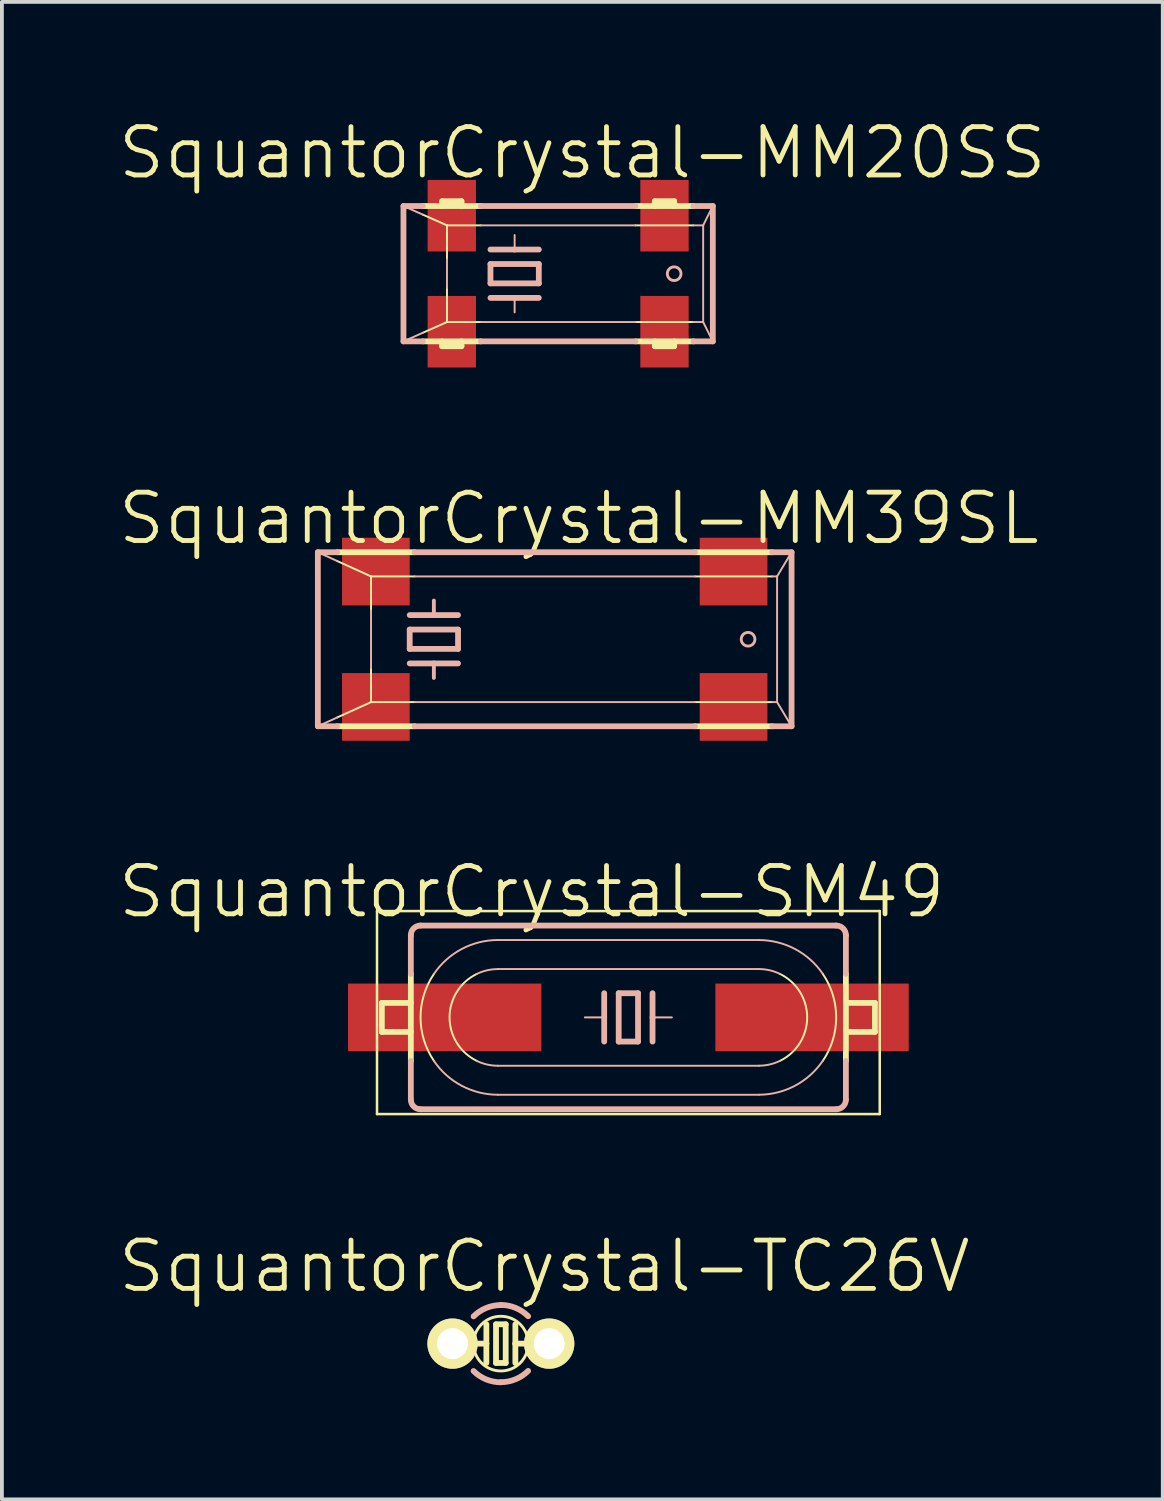
<source format=kicad_pcb>
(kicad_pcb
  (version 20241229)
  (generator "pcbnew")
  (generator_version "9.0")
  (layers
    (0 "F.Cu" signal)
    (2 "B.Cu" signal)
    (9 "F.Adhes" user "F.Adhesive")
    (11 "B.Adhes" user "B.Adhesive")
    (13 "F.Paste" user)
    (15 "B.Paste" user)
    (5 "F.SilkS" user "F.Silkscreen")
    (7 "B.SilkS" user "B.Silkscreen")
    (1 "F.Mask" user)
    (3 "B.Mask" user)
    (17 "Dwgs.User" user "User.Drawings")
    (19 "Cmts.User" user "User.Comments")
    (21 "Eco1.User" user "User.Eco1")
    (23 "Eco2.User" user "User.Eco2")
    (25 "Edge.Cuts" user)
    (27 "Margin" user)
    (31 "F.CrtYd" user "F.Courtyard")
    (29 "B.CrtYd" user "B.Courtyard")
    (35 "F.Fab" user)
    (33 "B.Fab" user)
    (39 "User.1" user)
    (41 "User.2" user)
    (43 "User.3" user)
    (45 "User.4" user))
  (footprint "SquantorCrystal-MM39SL"
    (layer "F.Cu")
    (at 11.524 13.745)
    (property "Reference" "SquantorCrystal-MM39SL" (at 0.635 -3.175 0) (layer "F.SilkS") (effects (font (size 1.27 1.27) (thickness 0.127))))
    (attr smd)
    (fp_line (start -5.715 -2.286) (end -3.683 -2.286) (stroke (width 0.152) (type solid)) (layer "F.SilkS"))
    (fp_line (start -5.715 2.286) (end -3.683 2.286) (stroke (width 0.152) (type solid)) (layer "F.SilkS"))
    (fp_line (start -4.826 -1.651) (end -5.715 -2.055) (stroke (width 0.051) (type solid)) (layer "F.SilkS"))
    (fp_line (start -4.826 -1.651) (end -4.826 -0.762) (stroke (width 0.051) (type solid)) (layer "F.SilkS"))
    (fp_line (start -4.826 0.762) (end -4.826 1.651) (stroke (width 0.051) (type solid)) (layer "F.SilkS"))
    (fp_line (start -4.826 1.651) (end -5.715 2.055) (stroke (width 0.051) (type solid)) (layer "F.SilkS"))
    (fp_line (start -4.826 1.651) (end -3.683 1.651) (stroke (width 0.051) (type solid)) (layer "F.SilkS"))
    (fp_line (start -3.683 -1.651) (end -4.826 -1.651) (stroke (width 0.051) (type solid)) (layer "F.SilkS"))
    (fp_line (start 3.683 -2.286) (end 5.715 -2.286) (stroke (width 0.152) (type solid)) (layer "F.SilkS"))
    (fp_line (start 3.683 1.651) (end 5.715 1.651) (stroke (width 0.051) (type solid)) (layer "F.SilkS"))
    (fp_line (start 3.683 2.286) (end 5.715 2.286) (stroke (width 0.152) (type solid)) (layer "F.SilkS"))
    (fp_line (start 5.715 -1.651) (end 3.683 -1.651) (stroke (width 0.051) (type solid)) (layer "F.SilkS"))
    (fp_line (start -6.223 -2.286) (end -5.715 -2.286) (stroke (width 0.152) (type solid)) (layer "B.SilkS"))
    (fp_line (start -6.223 2.286) (end -6.223 -2.286) (stroke (width 0.152) (type solid)) (layer "B.SilkS"))
    (fp_line (start -6.223 2.286) (end -5.715 2.286) (stroke (width 0.152) (type solid)) (layer "B.SilkS"))
    (fp_line (start -5.715 -2.055) (end -6.223 -2.286) (stroke (width 0.051) (type solid)) (layer "B.SilkS"))
    (fp_line (start -5.715 2.055) (end -6.223 2.286) (stroke (width 0.051) (type solid)) (layer "B.SilkS"))
    (fp_line (start -4.826 -0.762) (end -4.826 0.762) (stroke (width 0.051) (type solid)) (layer "B.SilkS"))
    (fp_line (start -3.81 -0.635) (end -3.175 -0.635) (stroke (width 0.152) (type solid)) (layer "B.SilkS"))
    (fp_line (start -3.81 -0.254) (end -3.81 0.254) (stroke (width 0.152) (type solid)) (layer "B.SilkS"))
    (fp_line (start -3.81 0.254) (end -2.54 0.254) (stroke (width 0.152) (type solid)) (layer "B.SilkS"))
    (fp_line (start -3.81 0.635) (end -3.175 0.635) (stroke (width 0.152) (type solid)) (layer "B.SilkS"))
    (fp_line (start -3.683 -2.286) (end 3.683 -2.286) (stroke (width 0.152) (type solid)) (layer "B.SilkS"))
    (fp_line (start -3.683 1.651) (end 3.683 1.651) (stroke (width 0.051) (type solid)) (layer "B.SilkS"))
    (fp_line (start -3.683 2.286) (end 3.683 2.286) (stroke (width 0.152) (type solid)) (layer "B.SilkS"))
    (fp_line (start -3.175 -0.635) (end -3.175 -1.016) (stroke (width 0.102) (type solid)) (layer "B.SilkS"))
    (fp_line (start -3.175 -0.635) (end -2.54 -0.635) (stroke (width 0.152) (type solid)) (layer "B.SilkS"))
    (fp_line (start -3.175 0.635) (end -3.175 1.016) (stroke (width 0.102) (type solid)) (layer "B.SilkS"))
    (fp_line (start -3.175 0.635) (end -2.54 0.635) (stroke (width 0.152) (type solid)) (layer "B.SilkS"))
    (fp_line (start -2.54 -0.254) (end -3.81 -0.254) (stroke (width 0.152) (type solid)) (layer "B.SilkS"))
    (fp_line (start -2.54 0.254) (end -2.54 -0.254) (stroke (width 0.152) (type solid)) (layer "B.SilkS"))
    (fp_line (start 3.683 -1.651) (end -3.683 -1.651) (stroke (width 0.051) (type solid)) (layer "B.SilkS"))
    (fp_line (start 5.715 -2.286) (end 6.223 -2.286) (stroke (width 0.152) (type solid)) (layer "B.SilkS"))
    (fp_line (start 5.715 1.651) (end 5.842 1.651) (stroke (width 0.051) (type solid)) (layer "B.SilkS"))
    (fp_line (start 5.715 2.286) (end 6.223 2.286) (stroke (width 0.152) (type solid)) (layer "B.SilkS"))
    (fp_line (start 5.842 -1.651) (end 5.715 -1.651) (stroke (width 0.051) (type solid)) (layer "B.SilkS"))
    (fp_line (start 5.842 -1.651) (end 6.223 -2.286) (stroke (width 0.051) (type solid)) (layer "B.SilkS"))
    (fp_line (start 5.842 1.651) (end 5.842 -1.651) (stroke (width 0.051) (type solid)) (layer "B.SilkS"))
    (fp_line (start 5.842 1.651) (end 6.223 2.286) (stroke (width 0.051) (type solid)) (layer "B.SilkS"))
    (fp_line (start 6.223 2.286) (end 6.223 -2.286) (stroke (width 0.152) (type solid)) (layer "B.SilkS"))
    (fp_circle (center 5.08 0) (end 5.207 0.127) (stroke (width 0.076) (type solid)) (fill no) (layer "B.SilkS"))
    (pad "1" smd rect (at -4.699 1.778) (size 1.778 1.778) (layers "F.Cu" "F.Mask" "F.Paste"))
    (pad "2" smd rect (at 4.699 1.778) (size 1.778 1.778) (layers "F.Cu" "F.Mask" "F.Paste"))
    (pad "3" smd rect (at 4.699 -1.778) (size 1.778 1.778) (layers "F.Cu" "F.Mask" "F.Paste"))
    (pad "4" smd rect (at -4.699 -1.778) (size 1.778 1.778) (layers "F.Cu" "F.Mask" "F.Paste")))
  (footprint "SquantorCrystal-MM20SS"
    (layer "F.Cu")
    (at 11.614 4.141)
    (property "Reference" "SquantorCrystal-MM20SS" (at 0.635 -3.175 0) (layer "F.SilkS") (effects (font (size 1.27 1.27) (thickness 0.127))))
    (attr smd)
    (fp_line (start -3.556 -1.778) (end -2.032 -1.778) (stroke (width 0.152) (type solid)) (layer "F.SilkS"))
    (fp_line (start -3.556 1.778) (end -2.032 1.778) (stroke (width 0.152) (type solid)) (layer "F.SilkS"))
    (fp_line (start -3.048 -1.905) (end -2.54 -1.905) (stroke (width 0.152) (type solid)) (layer "F.SilkS"))
    (fp_line (start -3.048 -1.778) (end -3.048 -1.905) (stroke (width 0.152) (type solid)) (layer "F.SilkS"))
    (fp_line (start -3.048 1.905) (end -3.048 1.778) (stroke (width 0.152) (type solid)) (layer "F.SilkS"))
    (fp_line (start -3.048 1.905) (end -2.54 1.905) (stroke (width 0.152) (type solid)) (layer "F.SilkS"))
    (fp_line (start -2.921 -1.27) (end -3.556 -1.552) (stroke (width 0.051) (type solid)) (layer "F.SilkS"))
    (fp_line (start -2.921 -1.27) (end -2.921 -0.381) (stroke (width 0.051) (type solid)) (layer "F.SilkS"))
    (fp_line (start -2.921 0.381) (end -2.921 1.27) (stroke (width 0.051) (type solid)) (layer "F.SilkS"))
    (fp_line (start -2.921 1.27) (end -3.556 1.552) (stroke (width 0.051) (type solid)) (layer "F.SilkS"))
    (fp_line (start -2.921 1.27) (end -2.032 1.27) (stroke (width 0.051) (type solid)) (layer "F.SilkS"))
    (fp_line (start -2.54 -1.905) (end -2.54 -1.778) (stroke (width 0.152) (type solid)) (layer "F.SilkS"))
    (fp_line (start -2.54 1.905) (end -2.54 1.778) (stroke (width 0.152) (type solid)) (layer "F.SilkS"))
    (fp_line (start -2.032 -1.27) (end -2.921 -1.27) (stroke (width 0.051) (type solid)) (layer "F.SilkS"))
    (fp_line (start 2.032 -1.778) (end 3.556 -1.778) (stroke (width 0.152) (type solid)) (layer "F.SilkS"))
    (fp_line (start 2.032 1.27) (end 3.556 1.27) (stroke (width 0.051) (type solid)) (layer "F.SilkS"))
    (fp_line (start 2.032 1.778) (end 3.556 1.778) (stroke (width 0.152) (type solid)) (layer "F.SilkS"))
    (fp_line (start 2.54 -1.905) (end 2.54 -1.778) (stroke (width 0.152) (type solid)) (layer "F.SilkS"))
    (fp_line (start 2.54 -1.905) (end 3.048 -1.905) (stroke (width 0.152) (type solid)) (layer "F.SilkS"))
    (fp_line (start 2.54 1.778) (end 2.54 1.905) (stroke (width 0.152) (type solid)) (layer "F.SilkS"))
    (fp_line (start 2.54 1.905) (end 3.048 1.905) (stroke (width 0.152) (type solid)) (layer "F.SilkS"))
    (fp_line (start 3.048 -1.778) (end 3.048 -1.905) (stroke (width 0.152) (type solid)) (layer "F.SilkS"))
    (fp_line (start 3.048 1.905) (end 3.048 1.778) (stroke (width 0.152) (type solid)) (layer "F.SilkS"))
    (fp_line (start 3.556 -1.27) (end 2.032 -1.27) (stroke (width 0.051) (type solid)) (layer "F.SilkS"))
    (fp_line (start -4.064 -1.778) (end -3.556 -1.778) (stroke (width 0.152) (type solid)) (layer "B.SilkS"))
    (fp_line (start -4.064 1.778) (end -4.064 -1.778) (stroke (width 0.152) (type solid)) (layer "B.SilkS"))
    (fp_line (start -4.064 1.778) (end -3.556 1.778) (stroke (width 0.152) (type solid)) (layer "B.SilkS"))
    (fp_line (start -3.556 -1.552) (end -4.064 -1.778) (stroke (width 0.051) (type solid)) (layer "B.SilkS"))
    (fp_line (start -3.556 1.552) (end -4.064 1.778) (stroke (width 0.051) (type solid)) (layer "B.SilkS"))
    (fp_line (start -2.921 -0.381) (end -2.921 0.381) (stroke (width 0.051) (type solid)) (layer "B.SilkS"))
    (fp_line (start -2.032 -1.778) (end 2.032 -1.778) (stroke (width 0.152) (type solid)) (layer "B.SilkS"))
    (fp_line (start -2.032 1.27) (end 2.032 1.27) (stroke (width 0.051) (type solid)) (layer "B.SilkS"))
    (fp_line (start -2.032 1.778) (end 2.032 1.778) (stroke (width 0.152) (type solid)) (layer "B.SilkS"))
    (fp_line (start -1.778 -0.635) (end -1.143 -0.635) (stroke (width 0.152) (type solid)) (layer "B.SilkS"))
    (fp_line (start -1.778 -0.254) (end -1.778 0.254) (stroke (width 0.152) (type solid)) (layer "B.SilkS"))
    (fp_line (start -1.778 0.254) (end -0.508 0.254) (stroke (width 0.152) (type solid)) (layer "B.SilkS"))
    (fp_line (start -1.778 0.635) (end -1.143 0.635) (stroke (width 0.152) (type solid)) (layer "B.SilkS"))
    (fp_line (start -1.143 -0.635) (end -1.143 -1.016) (stroke (width 0.051) (type solid)) (layer "B.SilkS"))
    (fp_line (start -1.143 -0.635) (end -0.508 -0.635) (stroke (width 0.152) (type solid)) (layer "B.SilkS"))
    (fp_line (start -1.143 0.635) (end -1.143 1.016) (stroke (width 0.051) (type solid)) (layer "B.SilkS"))
    (fp_line (start -1.143 0.635) (end -0.508 0.635) (stroke (width 0.152) (type solid)) (layer "B.SilkS"))
    (fp_line (start -0.508 -0.254) (end -1.778 -0.254) (stroke (width 0.152) (type solid)) (layer "B.SilkS"))
    (fp_line (start -0.508 0.254) (end -0.508 -0.254) (stroke (width 0.152) (type solid)) (layer "B.SilkS"))
    (fp_line (start 2.032 -1.27) (end -2.032 -1.27) (stroke (width 0.051) (type solid)) (layer "B.SilkS"))
    (fp_line (start 3.556 -1.778) (end 4.064 -1.778) (stroke (width 0.152) (type solid)) (layer "B.SilkS"))
    (fp_line (start 3.556 1.27) (end 3.81 1.27) (stroke (width 0.051) (type solid)) (layer "B.SilkS"))
    (fp_line (start 3.556 1.778) (end 4.064 1.778) (stroke (width 0.152) (type solid)) (layer "B.SilkS"))
    (fp_line (start 3.81 -1.27) (end 3.556 -1.27) (stroke (width 0.051) (type solid)) (layer "B.SilkS"))
    (fp_line (start 3.81 -1.27) (end 3.81 1.27) (stroke (width 0.051) (type solid)) (layer "B.SilkS"))
    (fp_line (start 3.81 -1.27) (end 4.064 -1.778) (stroke (width 0.051) (type solid)) (layer "B.SilkS"))
    (fp_line (start 3.81 1.27) (end 4.064 1.778) (stroke (width 0.051) (type solid)) (layer "B.SilkS"))
    (fp_line (start 4.064 1.778) (end 4.064 -1.778) (stroke (width 0.152) (type solid)) (layer "B.SilkS"))
    (fp_circle (center 3.048 0) (end 3.175 0.127) (stroke (width 0.076) (type solid)) (fill no) (layer "B.SilkS"))
    (pad "1" smd rect (at -2.794 1.524) (size 1.27 1.88) (layers "F.Cu" "F.Mask" "F.Paste"))
    (pad "2" smd rect (at 2.794 1.524) (size 1.27 1.88) (layers "F.Cu" "F.Mask" "F.Paste"))
    (pad "3" smd rect (at 2.794 -1.524) (size 1.27 1.88) (layers "F.Cu" "F.Mask" "F.Paste"))
    (pad "4" smd rect (at -2.794 -1.524) (size 1.27 1.88) (layers "F.Cu" "F.Mask" "F.Paste")))
  (footprint "SquantorCrystal-TC26V"
    (layer "F.Cu")
    (at 10.109 32.251)
    (property "Reference" "SquantorCrystal-TC26V" (at 1.143 -2.032 0) (layer "F.SilkS") (effects (font (size 1.27 1.27) (thickness 0.127))))
    (attr exclude_from_pos_files exclude_from_bom)
    (fp_line (start -0.381 0) (end -0.762 0) (stroke (width 0.152) (type solid)) (layer "F.SilkS"))
    (fp_line (start -0.381 0) (end -0.381 -0.508) (stroke (width 0.152) (type solid)) (layer "F.SilkS"))
    (fp_line (start -0.381 0.508) (end -0.381 0) (stroke (width 0.152) (type solid)) (layer "F.SilkS"))
    (fp_line (start -0.127 0.508) (end -0.127 -0.508) (stroke (width 0.152) (type solid)) (layer "F.SilkS"))
    (fp_line (start -0.127 0.508) (end 0.127 0.508) (stroke (width 0.152) (type solid)) (layer "F.SilkS"))
    (fp_line (start 0.127 -0.508) (end -0.127 -0.508) (stroke (width 0.152) (type solid)) (layer "F.SilkS"))
    (fp_line (start 0.127 -0.508) (end 0.127 0.508) (stroke (width 0.152) (type solid)) (layer "F.SilkS"))
    (fp_line (start 0.381 0) (end 0.381 -0.508) (stroke (width 0.152) (type solid)) (layer "F.SilkS"))
    (fp_line (start 0.381 0) (end 0.762 0) (stroke (width 0.152) (type solid)) (layer "F.SilkS"))
    (fp_line (start 0.381 0.508) (end 0.381 0) (stroke (width 0.152) (type solid)) (layer "F.SilkS"))
    (fp_circle (center 0 0) (end -0.508 0.508) (stroke (width 0.076) (type solid)) (fill no) (layer "F.SilkS"))
    (fp_arc (start -0.71628 -0.71628) (mid -0.388465 -0.935526) (end -0.001768 -1.012971) (stroke (width 0.1524) (type solid)) (layer "B.SilkS"))
    (fp_arc (start 0 -1.016) (mid 0.387987 -0.939) (end 0.717166 -0.719673) (stroke (width 0.1524) (type solid)) (layer "B.SilkS"))
    (fp_arc (start 0 1.016) (mid -0.387987 0.939) (end -0.717166 0.719673) (stroke (width 0.1524) (type solid)) (layer "B.SilkS"))
    (fp_arc (start 0.71628 0.71628) (mid 0.388465 0.935526) (end 0.001768 1.012971) (stroke (width 0.1524) (type solid)) (layer "B.SilkS"))
    (pad "1" thru_hole circle (at -1.27 0) (size 1.321 1.321) (drill 0.813) (layers "*.Cu" "F.Mask" "F.SilkS" "F.Paste"))
    (pad "2" thru_hole circle (at 1.27 0) (size 1.321 1.321) (drill 0.813) (layers "*.Cu" "F.Mask" "F.SilkS" "F.Paste")))
  (footprint "SquantorCrystal-SM49"
    (layer "F.Cu")
    (at 13.459 23.68)
    (property "Reference" "SquantorCrystal-SM49" (at -2.54 -3.302 0) (layer "F.SilkS") (effects (font (size 1.27 1.27) (thickness 0.127))))
    (attr smd)
    (fp_line (start -6.604 -2.794) (end 6.604 -2.794) (stroke (width 0.066) (type solid)) (layer "F.SilkS"))
    (fp_line (start -6.604 2.54) (end -6.604 -2.794) (stroke (width 0.066) (type solid)) (layer "F.SilkS"))
    (fp_line (start -6.604 2.54) (end 6.604 2.54) (stroke (width 0.066) (type solid)) (layer "F.SilkS"))
    (fp_line (start -6.477 -0.381) (end -6.477 0.381) (stroke (width 0.152) (type solid)) (layer "F.SilkS"))
    (fp_line (start -5.715 -1.143) (end -5.715 1.143) (stroke (width 0.152) (type solid)) (layer "F.SilkS"))
    (fp_line (start -5.715 -0.381) (end -6.477 -0.381) (stroke (width 0.152) (type solid)) (layer "F.SilkS"))
    (fp_line (start -5.715 0.381) (end -6.477 0.381) (stroke (width 0.152) (type solid)) (layer "F.SilkS"))
    (fp_line (start 5.715 -1.143) (end 5.715 -0.381) (stroke (width 0.152) (type solid)) (layer "F.SilkS"))
    (fp_line (start 5.715 -0.381) (end 5.715 0.381) (stroke (width 0.152) (type solid)) (layer "F.SilkS"))
    (fp_line (start 5.715 -0.381) (end 6.477 -0.381) (stroke (width 0.152) (type solid)) (layer "F.SilkS"))
    (fp_line (start 5.715 0.381) (end 5.715 1.143) (stroke (width 0.152) (type solid)) (layer "F.SilkS"))
    (fp_line (start 5.715 0.381) (end 6.477 0.381) (stroke (width 0.152) (type solid)) (layer "F.SilkS"))
    (fp_line (start 6.477 -0.381) (end 6.477 0.381) (stroke (width 0.152) (type solid)) (layer "F.SilkS"))
    (fp_line (start 6.604 2.54) (end 6.604 -2.794) (stroke (width 0.066) (type solid)) (layer "F.SilkS"))
    (fp_arc (start -5.10794 1.143) (mid -5.46008 0.001649) (end -5.109794 -1.140273) (stroke (width 0.0508) (type solid)) (layer "F.SilkS"))
    (fp_arc (start -3.98018 1.143) (mid -4.697953 0.002339) (end -3.98439 -1.14096) (stroke (width 0.0508) (type solid)) (layer "F.SilkS"))
    (fp_arc (start 3.98018 -1.143) (mid 4.697953 -0.002339) (end 3.98439 1.14096) (stroke (width 0.0508) (type solid)) (layer "F.SilkS"))
    (fp_arc (start 5.10794 -1.143) (mid 5.46008 -0.001649) (end 5.109794 1.140273) (stroke (width 0.0508) (type solid)) (layer "F.SilkS"))
    (fp_line (start -5.715 -2.159) (end -5.715 -1.143) (stroke (width 0.152) (type solid)) (layer "B.SilkS"))
    (fp_line (start -5.715 1.143) (end -5.715 2.159) (stroke (width 0.152) (type solid)) (layer "B.SilkS"))
    (fp_line (start -5.461 -2.413) (end 5.461 -2.413) (stroke (width 0.152) (type solid)) (layer "B.SilkS"))
    (fp_line (start -5.461 2.413) (end 5.461 2.413) (stroke (width 0.152) (type solid)) (layer "B.SilkS"))
    (fp_line (start -3.429 -2.032) (end 3.429 -2.032) (stroke (width 0.051) (type solid)) (layer "B.SilkS"))
    (fp_line (start -3.429 -1.27) (end 3.429 -1.27) (stroke (width 0.051) (type solid)) (layer "B.SilkS"))
    (fp_line (start -0.635 -0.635) (end -0.635 0) (stroke (width 0.152) (type solid)) (layer "B.SilkS"))
    (fp_line (start -0.635 0) (end -1.143 0) (stroke (width 0.051) (type solid)) (layer "B.SilkS"))
    (fp_line (start -0.635 0) (end -0.635 0.635) (stroke (width 0.152) (type solid)) (layer "B.SilkS"))
    (fp_line (start -0.254 -0.635) (end -0.254 0.635) (stroke (width 0.152) (type solid)) (layer "B.SilkS"))
    (fp_line (start -0.254 0.635) (end 0.254 0.635) (stroke (width 0.152) (type solid)) (layer "B.SilkS"))
    (fp_line (start 0.254 -0.635) (end -0.254 -0.635) (stroke (width 0.152) (type solid)) (layer "B.SilkS"))
    (fp_line (start 0.254 0.635) (end 0.254 -0.635) (stroke (width 0.152) (type solid)) (layer "B.SilkS"))
    (fp_line (start 0.635 -0.635) (end 0.635 0) (stroke (width 0.152) (type solid)) (layer "B.SilkS"))
    (fp_line (start 0.635 0) (end 0.635 0.635) (stroke (width 0.152) (type solid)) (layer "B.SilkS"))
    (fp_line (start 0.635 0) (end 1.143 0) (stroke (width 0.051) (type solid)) (layer "B.SilkS"))
    (fp_line (start 3.429 1.27) (end -3.429 1.27) (stroke (width 0.051) (type solid)) (layer "B.SilkS"))
    (fp_line (start 3.429 2.032) (end -3.429 2.032) (stroke (width 0.051) (type solid)) (layer "B.SilkS"))
    (fp_line (start 5.715 -2.159) (end 5.715 -1.143) (stroke (width 0.152) (type solid)) (layer "B.SilkS"))
    (fp_line (start 5.715 1.143) (end 5.715 2.159) (stroke (width 0.152) (type solid)) (layer "B.SilkS"))
    (fp_arc (start -5.715 -2.159) (mid -5.640605 -2.338605) (end -5.461 -2.413) (stroke (width 0.1524) (type solid)) (layer "B.SilkS"))
    (fp_arc (start -5.461 2.413) (mid -5.640605 2.338605) (end -5.715 2.159) (stroke (width 0.1524) (type solid)) (layer "B.SilkS"))
    (fp_arc (start -5.10794 -1.143) (mid -4.379218 -1.796128) (end -3.429787 -2.033178) (stroke (width 0.0508) (type solid)) (layer "B.SilkS"))
    (fp_arc (start -3.98018 -1.143) (mid -3.711094 -1.237203) (end -3.427769 -1.268955) (stroke (width 0.0508) (type solid)) (layer "B.SilkS"))
    (fp_arc (start -3.429 1.27) (mid -3.712527 1.237947) (end -3.981743 1.143405) (stroke (width 0.0508) (type solid)) (layer "B.SilkS"))
    (fp_arc (start -3.429 2.032) (mid -4.378266 1.796641) (end -5.107632 1.145085) (stroke (width 0.0508) (type solid)) (layer "B.SilkS"))
    (fp_arc (start 3.429 -2.032) (mid 4.378266 -1.796641) (end 5.107632 -1.145085) (stroke (width 0.0508) (type solid)) (layer "B.SilkS"))
    (fp_arc (start 3.429 -1.27) (mid 3.712527 -1.237947) (end 3.981743 -1.143405) (stroke (width 0.0508) (type solid)) (layer "B.SilkS"))
    (fp_arc (start 3.98018 1.143) (mid 3.711094 1.237203) (end 3.427769 1.268955) (stroke (width 0.0508) (type solid)) (layer "B.SilkS"))
    (fp_arc (start 5.10794 1.14046) (mid 4.380405 1.793882) (end 3.431886 2.031747) (stroke (width 0.0508) (type solid)) (layer "B.SilkS"))
    (fp_arc (start 5.461 -2.413) (mid 5.640605 -2.338605) (end 5.715 -2.159) (stroke (width 0.1524) (type solid)) (layer "B.SilkS"))
    (fp_arc (start 5.715 2.159) (mid 5.640605 2.338605) (end 5.461 2.413) (stroke (width 0.1524) (type solid)) (layer "B.SilkS"))
    (pad "1" smd rect (at -4.826 0) (size 5.08 1.778) (layers "F.Cu" "F.Mask" "F.Paste"))
    (pad "2" smd rect (at 4.826 0) (size 5.08 1.778) (layers "F.Cu" "F.Mask" "F.Paste")))
  (gr_rect
    (start -3 -3)
    (end 27.499 36.343)
    (stroke (width 0.1) (type default))
    (fill no)
    (layer "Edge.Cuts")))
</source>
